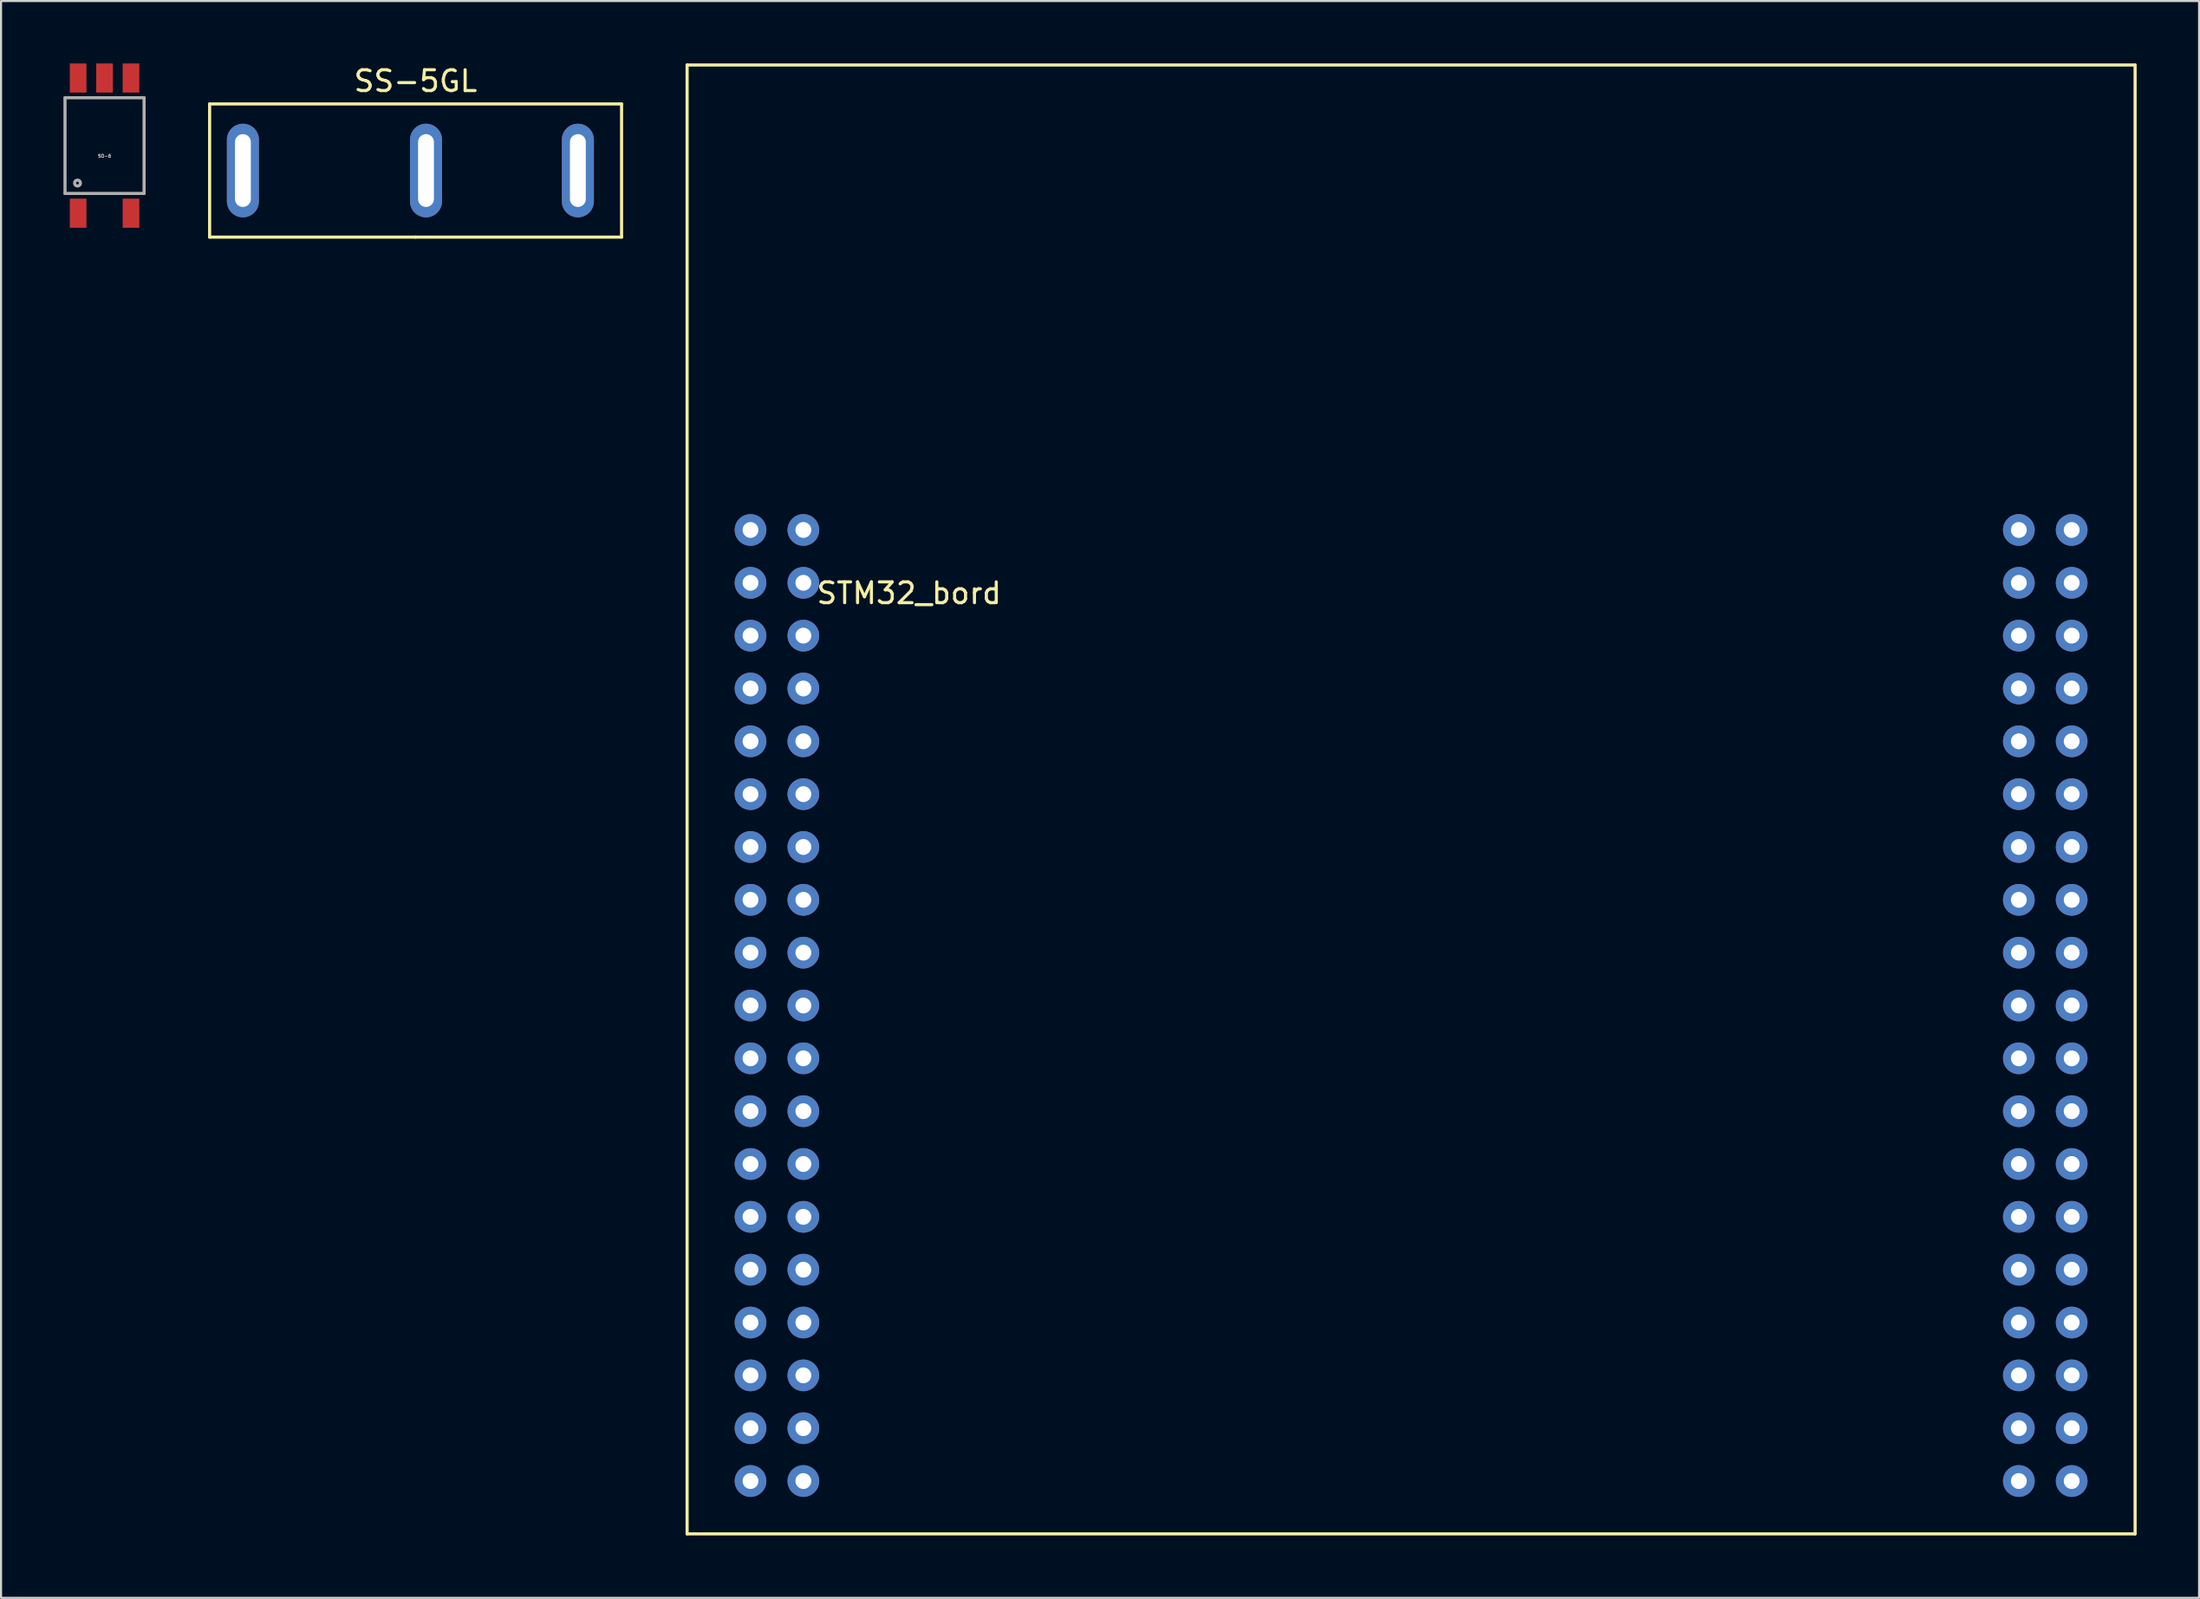
<source format=kicad_pcb>
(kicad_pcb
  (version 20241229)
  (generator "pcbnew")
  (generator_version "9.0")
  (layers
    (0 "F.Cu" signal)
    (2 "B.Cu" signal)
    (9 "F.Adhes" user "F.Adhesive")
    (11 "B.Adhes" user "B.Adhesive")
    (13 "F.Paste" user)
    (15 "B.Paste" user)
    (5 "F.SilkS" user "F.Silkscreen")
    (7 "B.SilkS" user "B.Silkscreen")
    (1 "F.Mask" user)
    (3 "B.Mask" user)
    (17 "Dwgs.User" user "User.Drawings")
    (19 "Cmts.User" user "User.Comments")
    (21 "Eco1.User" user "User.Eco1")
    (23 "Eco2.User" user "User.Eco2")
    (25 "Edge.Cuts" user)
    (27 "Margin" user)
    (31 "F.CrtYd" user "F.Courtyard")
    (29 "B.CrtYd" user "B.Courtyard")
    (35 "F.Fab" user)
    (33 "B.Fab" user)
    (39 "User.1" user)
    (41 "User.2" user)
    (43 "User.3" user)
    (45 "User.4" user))
  (footprint "SO-6"
    (layer "F.Cu")
    (at 1.975 3.95)
    (property "Reference" "SO-6" (at 0 0.5 0) (layer "F.Fab") (effects (font (size 0.15 0.15) (thickness 0.037))))
    (attr through_hole)
    (fp_line (start -1.9 -2.3) (end 1.9 -2.3) (stroke (width 0.15) (type solid)) (layer "F.Fab"))
    (fp_line (start -1.9 2.3) (end -1.9 -2.3) (stroke (width 0.15) (type solid)) (layer "F.Fab"))
    (fp_line (start 1.9 -2.3) (end 1.9 2.3) (stroke (width 0.15) (type solid)) (layer "F.Fab"))
    (fp_line (start 1.9 2.3) (end -1.9 2.3) (stroke (width 0.15) (type solid)) (layer "F.Fab"))
    (fp_circle (center -1.3 1.8) (end -1.2 1.9) (stroke (width 0.15) (type solid)) (fill no) (layer "F.Fab"))
    (pad "1" smd rect (at -1.27 3.25) (size 0.8 1.4) (layers "F.Cu" "F.Mask" "F.Paste"))
    (pad "3" smd rect (at 1.27 3.25) (size 0.8 1.4) (layers "F.Cu" "F.Mask" "F.Paste"))
    (pad "4" smd rect (at 1.27 -3.25) (size 0.8 1.4) (layers "F.Cu" "F.Mask" "F.Paste"))
    (pad "5" smd rect (at 0 -3.25) (size 0.8 1.4) (layers "F.Cu" "F.Mask" "F.Paste"))
    (pad "6" smd rect (at -1.27 -3.25) (size 0.8 1.4) (layers "F.Cu" "F.Mask" "F.Paste")))
  (footprint "STM32_bord"
    (layer "F.Cu")
    (at 63.503 45.287)
    (property "Reference" "STM32_bord" (at -22.86 -19.82 0) (layer "F.SilkS") (effects (font (size 1 1) (thickness 0.15))))
    (attr through_hole)
    (fp_line (start -33.528 25.4) (end -33.528 -45.212) (stroke (width 0.15) (type solid)) (layer "F.SilkS"))
    (fp_line (start -33.528 25.4) (end 36.068 25.4) (stroke (width 0.15) (type solid)) (layer "F.SilkS"))
    (fp_line (start 36.068 -45.212) (end -33.528 -45.212) (stroke (width 0.15) (type solid)) (layer "F.SilkS"))
    (fp_line (start 36.068 25.4) (end 36.068 -45.212) (stroke (width 0.15) (type solid)) (layer "F.SilkS"))
    (pad "1" thru_hole circle (at -30.48 -22.86) (size 1.524 1.524) (drill 0.762) (layers "*.Cu" "*.Mask"))
    (pad "2" thru_hole circle (at -27.94 -22.86) (size 1.524 1.524) (drill 0.762) (layers "*.Cu" "*.Mask"))
    (pad "3" thru_hole circle (at -30.48 -20.32) (size 1.524 1.524) (drill 0.762) (layers "*.Cu" "*.Mask"))
    (pad "4" thru_hole circle (at -27.94 -20.32) (size 1.524 1.524) (drill 0.762) (layers "*.Cu" "*.Mask"))
    (pad "5" thru_hole circle (at -30.48 -17.78) (size 1.524 1.524) (drill 0.762) (layers "*.Cu" "*.Mask"))
    (pad "6" thru_hole circle (at -27.94 -17.78) (size 1.524 1.524) (drill 0.762) (layers "*.Cu" "*.Mask"))
    (pad "7" thru_hole circle (at -30.48 -15.24) (size 1.524 1.524) (drill 0.762) (layers "*.Cu" "*.Mask"))
    (pad "8" thru_hole circle (at -27.94 -15.24) (size 1.524 1.524) (drill 0.762) (layers "*.Cu" "*.Mask"))
    (pad "9" thru_hole circle (at -30.48 -12.7) (size 1.524 1.524) (drill 0.762) (layers "*.Cu" "*.Mask"))
    (pad "10" thru_hole circle (at -27.94 -12.7) (size 1.524 1.524) (drill 0.762) (layers "*.Cu" "*.Mask"))
    (pad "11" thru_hole circle (at -30.48 -10.16) (size 1.524 1.524) (drill 0.762) (layers "*.Cu" "*.Mask"))
    (pad "12" thru_hole circle (at -27.94 -10.16) (size 1.524 1.524) (drill 0.762) (layers "*.Cu" "*.Mask"))
    (pad "13" thru_hole circle (at -30.48 -7.62) (size 1.524 1.524) (drill 0.762) (layers "*.Cu" "*.Mask"))
    (pad "14" thru_hole circle (at -27.94 -7.62) (size 1.524 1.524) (drill 0.762) (layers "*.Cu" "*.Mask"))
    (pad "15" thru_hole circle (at -30.48 -5.08) (size 1.524 1.524) (drill 0.762) (layers "*.Cu" "*.Mask"))
    (pad "16" thru_hole circle (at -27.94 -5.08) (size 1.524 1.524) (drill 0.762) (layers "*.Cu" "*.Mask"))
    (pad "17" thru_hole circle (at -30.48 -2.54) (size 1.524 1.524) (drill 0.762) (layers "*.Cu" "*.Mask"))
    (pad "18" thru_hole circle (at -27.94 -2.54) (size 1.524 1.524) (drill 0.762) (layers "*.Cu" "*.Mask"))
    (pad "19" thru_hole circle (at -30.48 0) (size 1.524 1.524) (drill 0.762) (layers "*.Cu" "*.Mask"))
    (pad "20" thru_hole circle (at -27.94 0) (size 1.524 1.524) (drill 0.762) (layers "*.Cu" "*.Mask"))
    (pad "21" thru_hole circle (at -30.48 2.54) (size 1.524 1.524) (drill 0.762) (layers "*.Cu" "*.Mask"))
    (pad "22" thru_hole circle (at -27.94 2.54) (size 1.524 1.524) (drill 0.762) (layers "*.Cu" "*.Mask"))
    (pad "23" thru_hole circle (at -30.48 5.08) (size 1.524 1.524) (drill 0.762) (layers "*.Cu" "*.Mask"))
    (pad "24" thru_hole circle (at -27.94 5.08) (size 1.524 1.524) (drill 0.762) (layers "*.Cu" "*.Mask"))
    (pad "25" thru_hole circle (at -30.48 7.62) (size 1.524 1.524) (drill 0.762) (layers "*.Cu" "*.Mask"))
    (pad "26" thru_hole circle (at -27.94 7.62) (size 1.524 1.524) (drill 0.762) (layers "*.Cu" "*.Mask"))
    (pad "27" thru_hole circle (at -30.48 10.16) (size 1.524 1.524) (drill 0.762) (layers "*.Cu" "*.Mask"))
    (pad "28" thru_hole circle (at -27.94 10.16) (size 1.524 1.524) (drill 0.762) (layers "*.Cu" "*.Mask"))
    (pad "29" thru_hole circle (at -30.48 12.7) (size 1.524 1.524) (drill 0.762) (layers "*.Cu" "*.Mask"))
    (pad "30" thru_hole circle (at -27.94 12.7) (size 1.524 1.524) (drill 0.762) (layers "*.Cu" "*.Mask"))
    (pad "31" thru_hole circle (at -30.48 15.24) (size 1.524 1.524) (drill 0.762) (layers "*.Cu" "*.Mask"))
    (pad "32" thru_hole circle (at -27.94 15.24) (size 1.524 1.524) (drill 0.762) (layers "*.Cu" "*.Mask"))
    (pad "33" thru_hole circle (at -30.48 17.78) (size 1.524 1.524) (drill 0.762) (layers "*.Cu" "*.Mask"))
    (pad "34" thru_hole circle (at -27.94 17.78) (size 1.524 1.524) (drill 0.762) (layers "*.Cu" "*.Mask"))
    (pad "35" thru_hole circle (at -30.48 20.32) (size 1.524 1.524) (drill 0.762) (layers "*.Cu" "*.Mask"))
    (pad "36" thru_hole circle (at -27.94 20.32) (size 1.524 1.524) (drill 0.762) (layers "*.Cu" "*.Mask"))
    (pad "37" thru_hole circle (at -30.48 22.86) (size 1.524 1.524) (drill 0.762) (layers "*.Cu" "*.Mask"))
    (pad "38" thru_hole circle (at -27.94 22.86) (size 1.524 1.524) (drill 0.762) (layers "*.Cu" "*.Mask"))
    (pad "39" thru_hole circle (at 30.48 -22.86) (size 1.524 1.524) (drill 0.762) (layers "*.Cu" "*.Mask"))
    (pad "40" thru_hole circle (at 33.02 -22.86) (size 1.524 1.524) (drill 0.762) (layers "*.Cu" "*.Mask"))
    (pad "41" thru_hole circle (at 30.48 -20.32) (size 1.524 1.524) (drill 0.762) (layers "*.Cu" "*.Mask"))
    (pad "42" thru_hole circle (at 33.02 -20.32) (size 1.524 1.524) (drill 0.762) (layers "*.Cu" "*.Mask"))
    (pad "43" thru_hole circle (at 30.48 -17.78) (size 1.524 1.524) (drill 0.762) (layers "*.Cu" "*.Mask"))
    (pad "44" thru_hole circle (at 33.02 -17.78) (size 1.524 1.524) (drill 0.762) (layers "*.Cu" "*.Mask"))
    (pad "45" thru_hole circle (at 30.48 -15.24) (size 1.524 1.524) (drill 0.762) (layers "*.Cu" "*.Mask"))
    (pad "46" thru_hole circle (at 33.02 -15.24) (size 1.524 1.524) (drill 0.762) (layers "*.Cu" "*.Mask"))
    (pad "47" thru_hole circle (at 30.48 -12.7) (size 1.524 1.524) (drill 0.762) (layers "*.Cu" "*.Mask"))
    (pad "48" thru_hole circle (at 33.02 -12.7) (size 1.524 1.524) (drill 0.762) (layers "*.Cu" "*.Mask"))
    (pad "49" thru_hole circle (at 30.48 -10.16) (size 1.524 1.524) (drill 0.762) (layers "*.Cu" "*.Mask"))
    (pad "50" thru_hole circle (at 33.02 -10.16) (size 1.524 1.524) (drill 0.762) (layers "*.Cu" "*.Mask"))
    (pad "51" thru_hole circle (at 30.48 -7.62) (size 1.524 1.524) (drill 0.762) (layers "*.Cu" "*.Mask"))
    (pad "52" thru_hole circle (at 33.02 -7.62) (size 1.524 1.524) (drill 0.762) (layers "*.Cu" "*.Mask"))
    (pad "53" thru_hole circle (at 30.48 -5.08) (size 1.524 1.524) (drill 0.762) (layers "*.Cu" "*.Mask"))
    (pad "54" thru_hole circle (at 33.02 -5.08) (size 1.524 1.524) (drill 0.762) (layers "*.Cu" "*.Mask"))
    (pad "55" thru_hole circle (at 30.48 -2.54) (size 1.524 1.524) (drill 0.762) (layers "*.Cu" "*.Mask"))
    (pad "56" thru_hole circle (at 33.02 -2.54) (size 1.524 1.524) (drill 0.762) (layers "*.Cu" "*.Mask"))
    (pad "57" thru_hole circle (at 30.48 0) (size 1.524 1.524) (drill 0.762) (layers "*.Cu" "*.Mask"))
    (pad "58" thru_hole circle (at 33.02 0) (size 1.524 1.524) (drill 0.762) (layers "*.Cu" "*.Mask"))
    (pad "59" thru_hole circle (at 30.48 2.54) (size 1.524 1.524) (drill 0.762) (layers "*.Cu" "*.Mask"))
    (pad "60" thru_hole circle (at 33.02 2.54) (size 1.524 1.524) (drill 0.762) (layers "*.Cu" "*.Mask"))
    (pad "61" thru_hole circle (at 30.48 5.08) (size 1.524 1.524) (drill 0.762) (layers "*.Cu" "*.Mask"))
    (pad "62" thru_hole circle (at 33.02 5.08) (size 1.524 1.524) (drill 0.762) (layers "*.Cu" "*.Mask"))
    (pad "63" thru_hole circle (at 30.48 7.62) (size 1.524 1.524) (drill 0.762) (layers "*.Cu" "*.Mask"))
    (pad "64" thru_hole circle (at 33.02 7.62) (size 1.524 1.524) (drill 0.762) (layers "*.Cu" "*.Mask"))
    (pad "65" thru_hole circle (at 30.48 10.16) (size 1.524 1.524) (drill 0.762) (layers "*.Cu" "*.Mask"))
    (pad "66" thru_hole circle (at 33.02 10.16) (size 1.524 1.524) (drill 0.762) (layers "*.Cu" "*.Mask"))
    (pad "67" thru_hole circle (at 30.48 12.7) (size 1.524 1.524) (drill 0.762) (layers "*.Cu" "*.Mask"))
    (pad "68" thru_hole circle (at 33.02 12.7) (size 1.524 1.524) (drill 0.762) (layers "*.Cu" "*.Mask"))
    (pad "69" thru_hole circle (at 30.48 15.24) (size 1.524 1.524) (drill 0.762) (layers "*.Cu" "*.Mask"))
    (pad "70" thru_hole circle (at 33.02 15.24) (size 1.524 1.524) (drill 0.762) (layers "*.Cu" "*.Mask"))
    (pad "71" thru_hole circle (at 30.48 17.78) (size 1.524 1.524) (drill 0.762) (layers "*.Cu" "*.Mask"))
    (pad "72" thru_hole circle (at 33.02 17.78) (size 1.524 1.524) (drill 0.762) (layers "*.Cu" "*.Mask"))
    (pad "73" thru_hole circle (at 30.48 20.32) (size 1.524 1.524) (drill 0.762) (layers "*.Cu" "*.Mask"))
    (pad "74" thru_hole circle (at 33.02 20.32) (size 1.524 1.524) (drill 0.762) (layers "*.Cu" "*.Mask"))
    (pad "75" thru_hole circle (at 30.48 22.86) (size 1.524 1.524) (drill 0.762) (layers "*.Cu" "*.Mask"))
    (pad "76" thru_hole circle (at 33.02 22.86) (size 1.524 1.524) (drill 0.762) (layers "*.Cu" "*.Mask")))
  (footprint "SS-5GL"
    (layer "F.Cu")
    (at 16.925 5.148)
    (property "Reference" "SS-5GL" (at 0 -4.3 0) (layer "F.SilkS") (effects (font (size 1 1) (thickness 0.15))))
    (attr through_hole)
    (fp_line (start -9.9 -3.2) (end 9.9 -3.2) (stroke (width 0.15) (type solid)) (layer "F.SilkS"))
    (fp_line (start -9.9 3.2) (end -9.9 -3.2) (stroke (width 0.15) (type solid)) (layer "F.SilkS"))
    (fp_line (start 0 3.2) (end -9.9 3.2) (stroke (width 0.15) (type solid)) (layer "F.SilkS"))
    (fp_line (start 9.9 -3.2) (end 9.9 3.2) (stroke (width 0.15) (type solid)) (layer "F.SilkS"))
    (fp_line (start 9.9 3.2) (end 0 3.2) (stroke (width 0.15) (type solid)) (layer "F.SilkS"))
    (pad "1" thru_hole oval (at -8.3 0) (size 1.54 4.5) (drill oval 0.762 3.5) (layers "*.Cu" "*.Mask"))
    (pad "2" thru_hole oval (at 7.8 0) (size 1.54 4.5) (drill oval 0.762 3.5) (layers "*.Cu" "*.Mask"))
    (pad "3" thru_hole oval (at 0.5 0) (size 1.54 4.5) (drill oval 0.762 3.5) (layers "*.Cu" "*.Mask")))
  (gr_rect
    (start -3 -3)
    (end 102.646 73.762)
    (stroke (width 0.1) (type default))
    (fill no)
    (layer "Edge.Cuts")))
</source>
